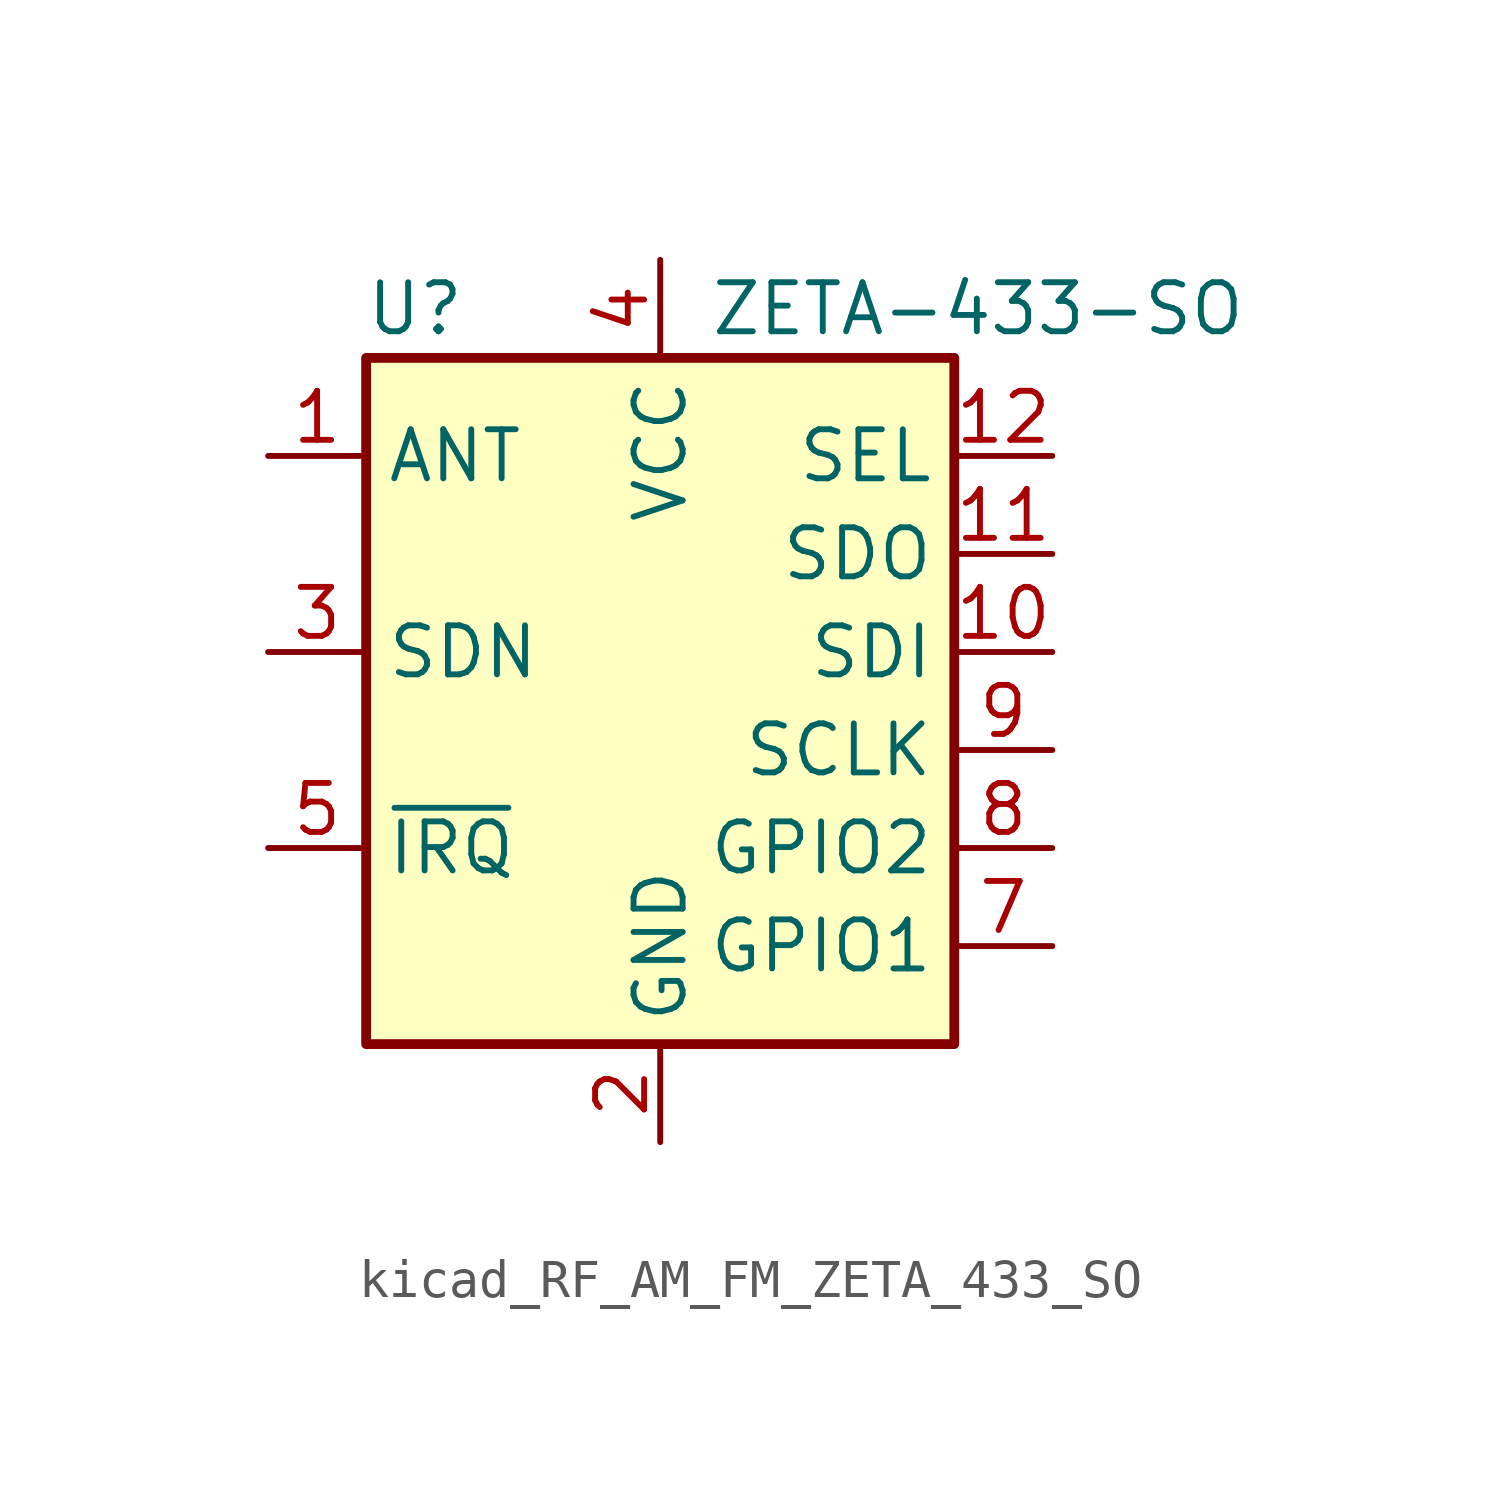
<source format=kicad_sym>
(kicad_symbol_lib
  (version 20220914)
  (generator kicad_symbol_editor)
  (symbol "kicad_RF_AM_FM_ZETA_433_SO"
    (property "Reference" "U"
      (at -6.35 8.89 0)
      (effects (font (size 1.27 1.27))))
    (property "Value" "ZETA-433-SO"
      (at 1.27 8.89 0)
      (effects (font (size 1.27 1.27)) (justify left)))
    (symbol "kicad_RF_AM_FM_ZETA_433_SO_0_1"
      (rectangle (start 7.62 -10.16) (end -7.62 7.62) (stroke (width 0.254) (type default)) (fill (type background))))
    (symbol "kicad_RF_AM_FM_ZETA_433_SO_1_1"
      (pin bidirectional line (at -10.16 5.08 0) (length 2.54) (name "ANT" (effects (font (size 1.27 1.27)))) (number "1" (effects (font (size 1.27 1.27)))))
      (pin input line (at 10.16 0 180) (length 2.54) (name "SDI" (effects (font (size 1.27 1.27)))) (number "10" (effects (font (size 1.27 1.27)))))
      (pin output line (at 10.16 2.54 180) (length 2.54) (name "SDO" (effects (font (size 1.27 1.27)))) (number "11" (effects (font (size 1.27 1.27)))))
      (pin input line (at 10.16 5.08 180) (length 2.54) (name "SEL" (effects (font (size 1.27 1.27)))) (number "12" (effects (font (size 1.27 1.27)))))
      (pin power_in line (at 0 -12.7 90) (length 2.54) (name "GND" (effects (font (size 1.27 1.27)))) (number "2" (effects (font (size 1.27 1.27)))))
      (pin input line (at -10.16 0 0) (length 2.54) (name "SDN" (effects (font (size 1.27 1.27)))) (number "3" (effects (font (size 1.27 1.27)))))
      (pin power_in line (at 0 10.16 270) (length 2.54) (name "VCC" (effects (font (size 1.27 1.27)))) (number "4" (effects (font (size 1.27 1.27)))))
      (pin output line (at -10.16 -5.08 0) (length 2.54) (name "~{IRQ}" (effects (font (size 1.27 1.27)))) (number "5" (effects (font (size 1.27 1.27)))))
      (pin no_connect line (at -7.62 -7.62 0) (length 2.54) hide (name "NC" (effects (font (size 1.27 1.27)))) (number "6" (effects (font (size 1.27 1.27)))))
      (pin bidirectional line (at 10.16 -7.62 180) (length 2.54) (name "GPIO1" (effects (font (size 1.27 1.27)))) (number "7" (effects (font (size 1.27 1.27)))))
      (pin bidirectional line (at 10.16 -5.08 180) (length 2.54) (name "GPIO2" (effects (font (size 1.27 1.27)))) (number "8" (effects (font (size 1.27 1.27)))))
      (pin input line (at 10.16 -2.54 180) (length 2.54) (name "SCLK" (effects (font (size 1.27 1.27)))) (number "9" (effects (font (size 1.27 1.27))))))))
</source>
